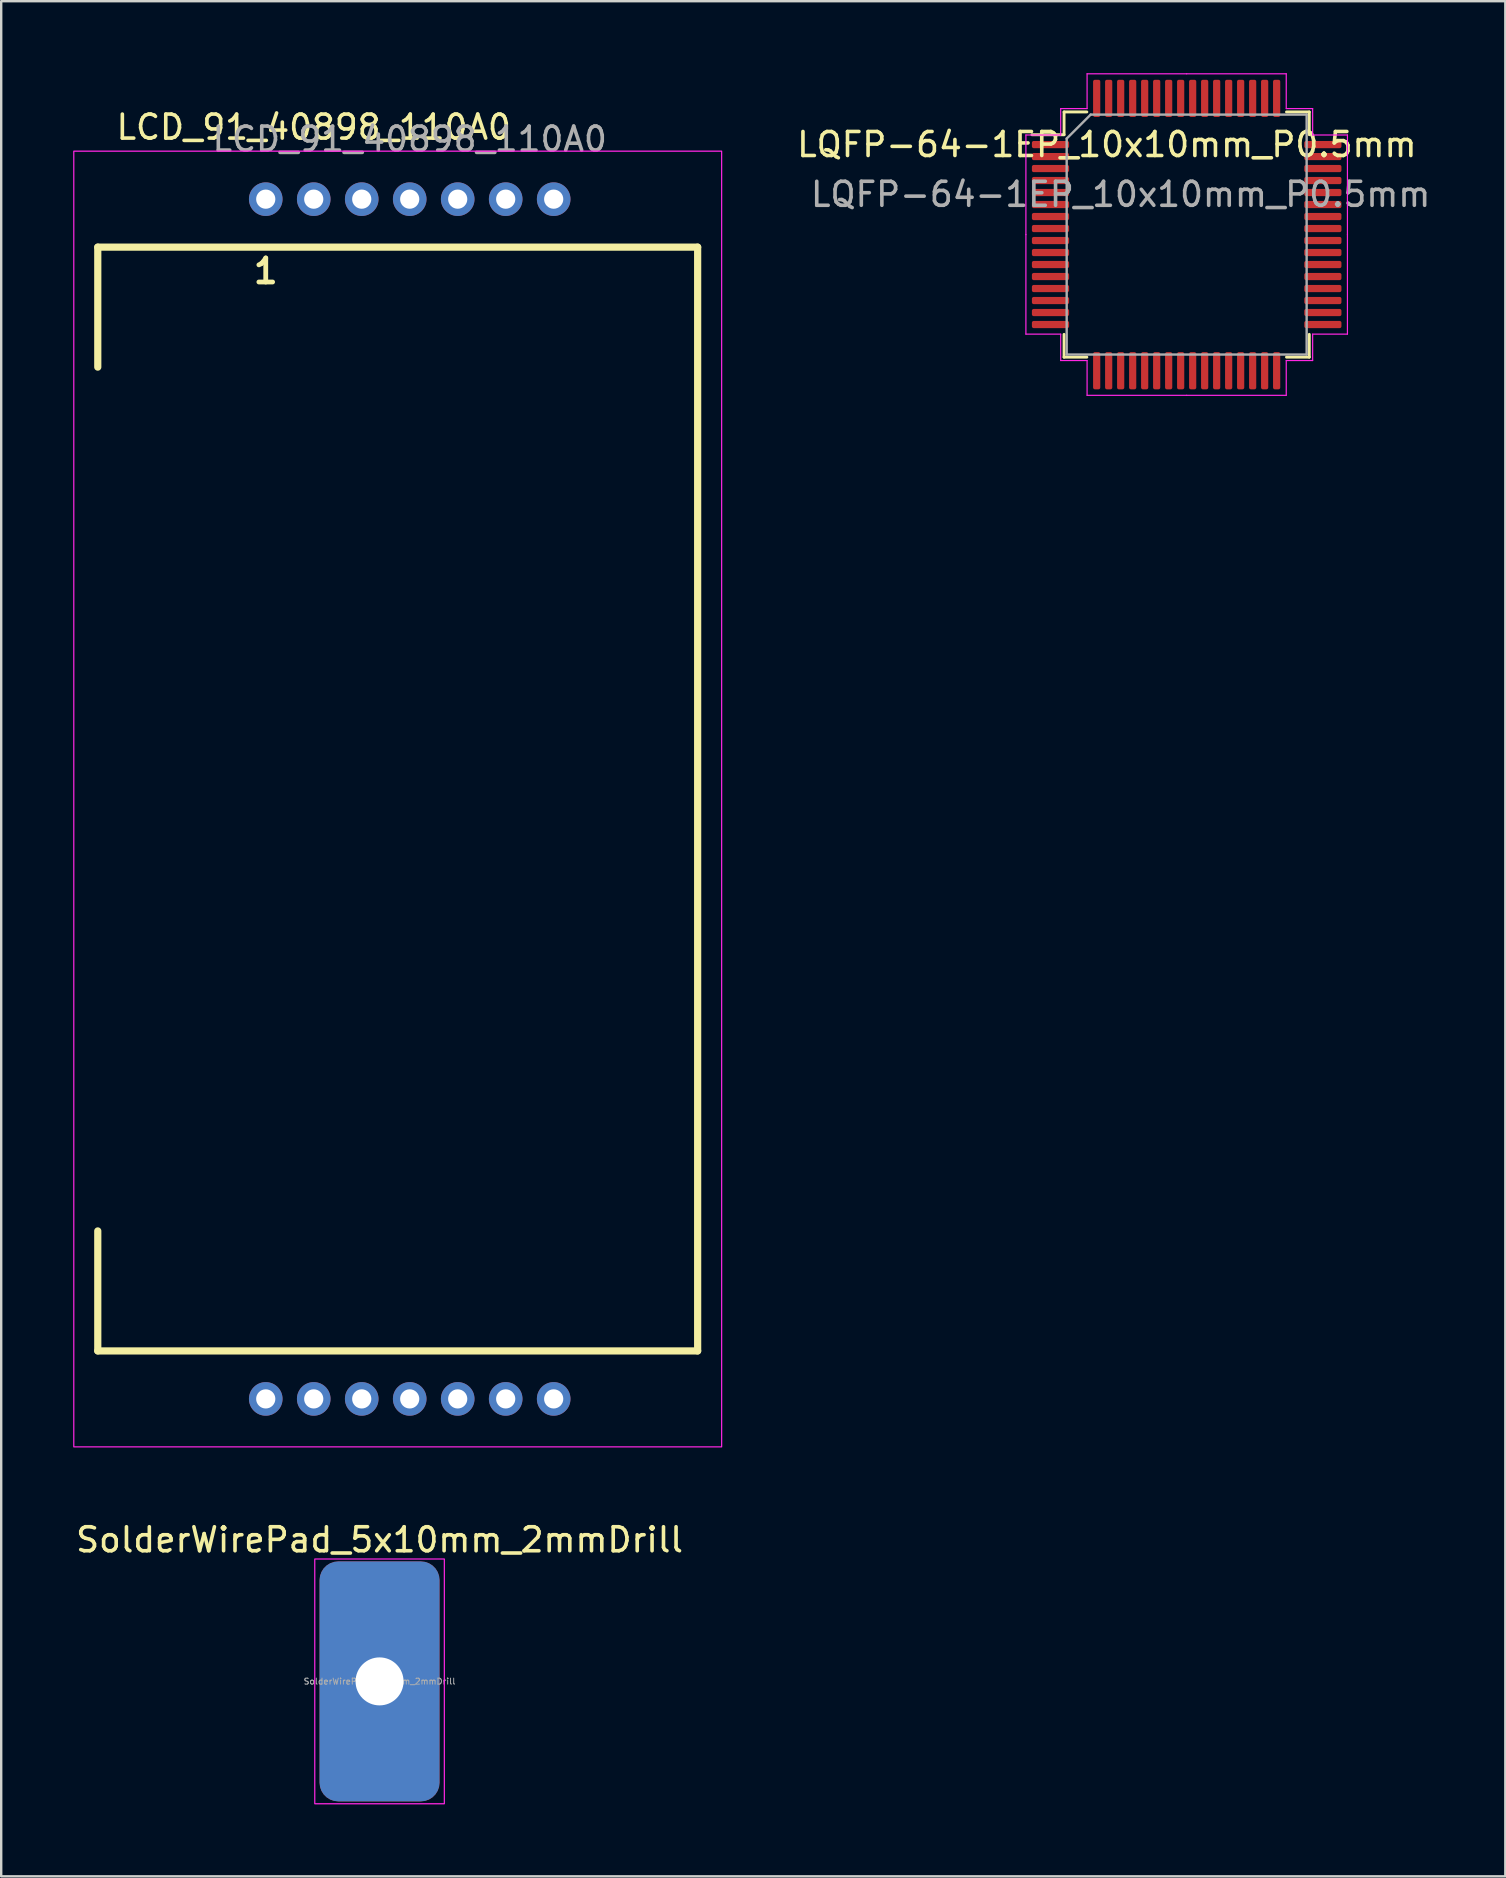
<source format=kicad_pcb>
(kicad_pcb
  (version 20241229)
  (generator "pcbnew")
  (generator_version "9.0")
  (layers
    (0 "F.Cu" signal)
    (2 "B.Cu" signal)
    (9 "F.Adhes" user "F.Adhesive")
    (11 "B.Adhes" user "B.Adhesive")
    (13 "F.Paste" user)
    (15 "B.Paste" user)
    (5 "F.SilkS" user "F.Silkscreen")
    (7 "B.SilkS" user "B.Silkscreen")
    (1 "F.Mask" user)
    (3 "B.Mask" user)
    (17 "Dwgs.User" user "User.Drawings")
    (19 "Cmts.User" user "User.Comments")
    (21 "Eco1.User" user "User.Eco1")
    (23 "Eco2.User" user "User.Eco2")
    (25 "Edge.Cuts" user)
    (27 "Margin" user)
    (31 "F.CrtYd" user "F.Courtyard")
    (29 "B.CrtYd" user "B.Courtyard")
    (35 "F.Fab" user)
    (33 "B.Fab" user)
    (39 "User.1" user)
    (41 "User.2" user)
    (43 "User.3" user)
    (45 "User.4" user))
  (footprint "SolderWirePad_5x10mm_2mmDrill"
    (layer "F.Cu")
    (at 12.768 67.023)
    (property "Reference" "SolderWirePad_5x10mm_2mmDrill" (at 0 -5.9 0) (layer "F.SilkS") (effects (font (size 1 1) (thickness 0.15))))
    (attr exclude_from_pos_files)
    (fp_rect (start -2.7 -5.1) (end 2.7 5.1) (stroke (width 0.05) (type solid)) (fill no) (layer "F.CrtYd"))
    (fp_circle (center 0 0) (end 0.5 0) (stroke (width 0.1) (type solid)) (fill no) (layer "F.Fab"))
    (fp_text user "${REFERENCE}" (at 0 0 0) (layer "F.Fab") (effects (font (size 0.25 0.25) (thickness 0.04))))
    (pad "1" thru_hole roundrect (at 0 0) (size 5 10) (drill 2) (layers "*.Cu" "*.Mask") (roundrect_rratio 0.156)))
  (footprint "LCD_91_40898_110A0"
    (layer "F.Cu")
    (at 14.025 0.25)
    (property "Reference" "LCD_91_40898_110A0" (at -4 2 0) (unlocked yes) (layer "F.SilkS") (effects (font (size 1 1) (thickness 0.15))))
    (attr through_hole)
    (fp_line (start -13 7) (end -13 12) (stroke (width 0.3) (type solid)) (layer "F.SilkS"))
    (fp_line (start -13 7) (end 12 7) (stroke (width 0.3) (type solid)) (layer "F.SilkS"))
    (fp_line (start -13 53) (end -13 48) (stroke (width 0.3) (type solid)) (layer "F.SilkS"))
    (fp_line (start 12 7) (end 12 53) (stroke (width 0.3) (type solid)) (layer "F.SilkS"))
    (fp_line (start 12 53) (end -13 53) (stroke (width 0.3) (type solid)) (layer "F.SilkS"))
    (fp_rect (start -14 3) (end 13 57) (stroke (width 0.05) (type solid)) (fill no) (layer "F.CrtYd"))
    (fp_text user "1" (at -6 8 0) (unlocked yes) (layer "F.SilkS") (effects (font (size 1 1) (thickness 0.2))))
    (fp_text user "${REFERENCE}" (at 0 2.5 0) (unlocked yes) (layer "F.Fab") (effects (font (size 1 1) (thickness 0.15))))
    (pad "1" thru_hole circle (at -6 5) (size 1.4 1.4) (drill 0.8) (layers "*.Cu" "*.Mask"))
    (pad "2" thru_hole circle (at -4 5) (size 1.4 1.4) (drill 0.8) (layers "*.Cu" "*.Mask"))
    (pad "3" thru_hole circle (at -2 5) (size 1.4 1.4) (drill 0.8) (layers "*.Cu" "*.Mask"))
    (pad "4" thru_hole circle (at 0 5) (size 1.4 1.4) (drill 0.8) (layers "*.Cu" "*.Mask"))
    (pad "5" thru_hole circle (at 2 5) (size 1.4 1.4) (drill 0.8) (layers "*.Cu" "*.Mask"))
    (pad "6" thru_hole circle (at 4 5) (size 1.4 1.4) (drill 0.8) (layers "*.Cu" "*.Mask"))
    (pad "7" thru_hole circle (at 6 5) (size 1.4 1.4) (drill 0.8) (layers "*.Cu" "*.Mask"))
    (pad "8" thru_hole circle (at 6 55) (size 1.4 1.4) (drill 0.8) (layers "*.Cu" "*.Mask"))
    (pad "9" thru_hole circle (at 4 55) (size 1.4 1.4) (drill 0.8) (layers "*.Cu" "*.Mask"))
    (pad "10" thru_hole circle (at 2 55) (size 1.4 1.4) (drill 0.8) (layers "*.Cu" "*.Mask"))
    (pad "11" thru_hole circle (at 0 55) (size 1.4 1.4) (drill 0.8) (layers "*.Cu" "*.Mask"))
    (pad "12" thru_hole circle (at -2 55) (size 1.4 1.4) (drill 0.8) (layers "*.Cu" "*.Mask"))
    (pad "13" thru_hole circle (at -4 55) (size 1.4 1.4) (drill 0.8) (layers "*.Cu" "*.Mask"))
    (pad "14" thru_hole circle (at -6 55) (size 1.4 1.4) (drill 0.8) (layers "*.Cu" "*.Mask")))
  (footprint "LQFP-64-1EP_10x10mm_P0.5mm"
    (layer "F.Cu")
    (at 46.405 6.725)
    (property "Reference" "LQFP-64-1EP_10x10mm_P0.5mm" (at -3.325 -3.75 0) (layer "F.SilkS") (effects (font (size 1 1) (thickness 0.15))))
    (attr smd)
    (fp_line (start -5.11 -5.11) (end -5.11 -4.16) (stroke (width 0.12) (type solid)) (layer "F.SilkS"))
    (fp_line (start -5.11 -4.16) (end -6.45 -4.16) (stroke (width 0.12) (type solid)) (layer "F.SilkS"))
    (fp_line (start -5.11 5.11) (end -5.11 4.16) (stroke (width 0.12) (type solid)) (layer "F.SilkS"))
    (fp_line (start -4.16 -5.11) (end -5.11 -5.11) (stroke (width 0.12) (type solid)) (layer "F.SilkS"))
    (fp_line (start -4.16 5.11) (end -5.11 5.11) (stroke (width 0.12) (type solid)) (layer "F.SilkS"))
    (fp_line (start 4.16 -5.11) (end 5.11 -5.11) (stroke (width 0.12) (type solid)) (layer "F.SilkS"))
    (fp_line (start 4.16 5.11) (end 5.11 5.11) (stroke (width 0.12) (type solid)) (layer "F.SilkS"))
    (fp_line (start 5.11 -5.11) (end 5.11 -4.16) (stroke (width 0.12) (type solid)) (layer "F.SilkS"))
    (fp_line (start 5.11 5.11) (end 5.11 4.16) (stroke (width 0.12) (type solid)) (layer "F.SilkS"))
    (fp_line (start -6.7 -4.15) (end -6.7 0) (stroke (width 0.05) (type solid)) (layer "F.CrtYd"))
    (fp_line (start -6.7 4.15) (end -6.7 0) (stroke (width 0.05) (type solid)) (layer "F.CrtYd"))
    (fp_line (start -5.25 -5.25) (end -5.25 -4.15) (stroke (width 0.05) (type solid)) (layer "F.CrtYd"))
    (fp_line (start -5.25 -4.15) (end -6.7 -4.15) (stroke (width 0.05) (type solid)) (layer "F.CrtYd"))
    (fp_line (start -5.25 4.15) (end -6.7 4.15) (stroke (width 0.05) (type solid)) (layer "F.CrtYd"))
    (fp_line (start -5.25 5.25) (end -5.25 4.15) (stroke (width 0.05) (type solid)) (layer "F.CrtYd"))
    (fp_line (start -4.15 -6.7) (end -4.15 -5.25) (stroke (width 0.05) (type solid)) (layer "F.CrtYd"))
    (fp_line (start -4.15 -5.25) (end -5.25 -5.25) (stroke (width 0.05) (type solid)) (layer "F.CrtYd"))
    (fp_line (start -4.15 5.25) (end -5.25 5.25) (stroke (width 0.05) (type solid)) (layer "F.CrtYd"))
    (fp_line (start -4.15 6.7) (end -4.15 5.25) (stroke (width 0.05) (type solid)) (layer "F.CrtYd"))
    (fp_line (start 0 -6.7) (end -4.15 -6.7) (stroke (width 0.05) (type solid)) (layer "F.CrtYd"))
    (fp_line (start 0 -6.7) (end 4.15 -6.7) (stroke (width 0.05) (type solid)) (layer "F.CrtYd"))
    (fp_line (start 0 6.7) (end -4.15 6.7) (stroke (width 0.05) (type solid)) (layer "F.CrtYd"))
    (fp_line (start 0 6.7) (end 4.15 6.7) (stroke (width 0.05) (type solid)) (layer "F.CrtYd"))
    (fp_line (start 4.15 -6.7) (end 4.15 -5.25) (stroke (width 0.05) (type solid)) (layer "F.CrtYd"))
    (fp_line (start 4.15 -5.25) (end 5.25 -5.25) (stroke (width 0.05) (type solid)) (layer "F.CrtYd"))
    (fp_line (start 4.15 5.25) (end 5.25 5.25) (stroke (width 0.05) (type solid)) (layer "F.CrtYd"))
    (fp_line (start 4.15 6.7) (end 4.15 5.25) (stroke (width 0.05) (type solid)) (layer "F.CrtYd"))
    (fp_line (start 5.25 -5.25) (end 5.25 -4.15) (stroke (width 0.05) (type solid)) (layer "F.CrtYd"))
    (fp_line (start 5.25 -4.15) (end 6.7 -4.15) (stroke (width 0.05) (type solid)) (layer "F.CrtYd"))
    (fp_line (start 5.25 4.15) (end 6.7 4.15) (stroke (width 0.05) (type solid)) (layer "F.CrtYd"))
    (fp_line (start 5.25 5.25) (end 5.25 4.15) (stroke (width 0.05) (type solid)) (layer "F.CrtYd"))
    (fp_line (start 6.7 -4.15) (end 6.7 0) (stroke (width 0.05) (type solid)) (layer "F.CrtYd"))
    (fp_line (start 6.7 4.15) (end 6.7 0) (stroke (width 0.05) (type solid)) (layer "F.CrtYd"))
    (fp_line (start -5 -4) (end -4 -5) (stroke (width 0.1) (type solid)) (layer "F.Fab"))
    (fp_line (start -5 5) (end -5 -4) (stroke (width 0.1) (type solid)) (layer "F.Fab"))
    (fp_line (start -4 -5) (end 5 -5) (stroke (width 0.1) (type solid)) (layer "F.Fab"))
    (fp_line (start 5 -5) (end 5 5) (stroke (width 0.1) (type solid)) (layer "F.Fab"))
    (fp_line (start 5 5) (end -5 5) (stroke (width 0.1) (type solid)) (layer "F.Fab"))
    (fp_text user "${REFERENCE}" (at -2.75 -1.675 0) (layer "F.Fab") (effects (font (size 1 1) (thickness 0.15))))
    (pad "1" smd roundrect (at -5.675 -3.75 180) (size 1.55 0.3) (layers "F.Cu" "F.Mask" "F.Paste") (roundrect_rratio 0.25))
    (pad "2" smd roundrect (at -5.675 -3.25 180) (size 1.55 0.3) (layers "F.Cu" "F.Mask" "F.Paste") (roundrect_rratio 0.25))
    (pad "3" smd roundrect (at -5.675 -2.75 180) (size 1.55 0.3) (layers "F.Cu" "F.Mask" "F.Paste") (roundrect_rratio 0.25))
    (pad "4" smd roundrect (at -5.675 -2.25 180) (size 1.55 0.3) (layers "F.Cu" "F.Mask" "F.Paste") (roundrect_rratio 0.25))
    (pad "5" smd roundrect (at -5.675 -1.75 180) (size 1.55 0.3) (layers "F.Cu" "F.Mask" "F.Paste") (roundrect_rratio 0.25))
    (pad "6" smd roundrect (at -5.675 -1.25 180) (size 1.55 0.3) (layers "F.Cu" "F.Mask" "F.Paste") (roundrect_rratio 0.25))
    (pad "7" smd roundrect (at -5.675 -0.75 180) (size 1.55 0.3) (layers "F.Cu" "F.Mask" "F.Paste") (roundrect_rratio 0.25))
    (pad "8" smd roundrect (at -5.675 -0.25 180) (size 1.55 0.3) (layers "F.Cu" "F.Mask" "F.Paste") (roundrect_rratio 0.25))
    (pad "9" smd roundrect (at -5.675 0.25 180) (size 1.55 0.3) (layers "F.Cu" "F.Mask" "F.Paste") (roundrect_rratio 0.25))
    (pad "10" smd roundrect (at -5.675 0.75 180) (size 1.55 0.3) (layers "F.Cu" "F.Mask" "F.Paste") (roundrect_rratio 0.25))
    (pad "11" smd roundrect (at -5.675 1.25 180) (size 1.55 0.3) (layers "F.Cu" "F.Mask" "F.Paste") (roundrect_rratio 0.25))
    (pad "12" smd roundrect (at -5.675 1.75 180) (size 1.55 0.3) (layers "F.Cu" "F.Mask" "F.Paste") (roundrect_rratio 0.25))
    (pad "13" smd roundrect (at -5.675 2.25 180) (size 1.55 0.3) (layers "F.Cu" "F.Mask" "F.Paste") (roundrect_rratio 0.25))
    (pad "14" smd roundrect (at -5.675 2.75 180) (size 1.55 0.3) (layers "F.Cu" "F.Mask" "F.Paste") (roundrect_rratio 0.25))
    (pad "15" smd roundrect (at -5.675 3.25 180) (size 1.55 0.3) (layers "F.Cu" "F.Mask" "F.Paste") (roundrect_rratio 0.25))
    (pad "16" smd roundrect (at -5.675 3.75 180) (size 1.55 0.3) (layers "F.Cu" "F.Mask" "F.Paste") (roundrect_rratio 0.25))
    (pad "17" smd roundrect (at -3.75 5.675 180) (size 0.3 1.55) (layers "F.Cu" "F.Mask" "F.Paste") (roundrect_rratio 0.25))
    (pad "18" smd roundrect (at -3.25 5.675 180) (size 0.3 1.55) (layers "F.Cu" "F.Mask" "F.Paste") (roundrect_rratio 0.25))
    (pad "19" smd roundrect (at -2.75 5.675 180) (size 0.3 1.55) (layers "F.Cu" "F.Mask" "F.Paste") (roundrect_rratio 0.25))
    (pad "20" smd roundrect (at -2.25 5.675 180) (size 0.3 1.55) (layers "F.Cu" "F.Mask" "F.Paste") (roundrect_rratio 0.25))
    (pad "21" smd roundrect (at -1.75 5.675 180) (size 0.3 1.55) (layers "F.Cu" "F.Mask" "F.Paste") (roundrect_rratio 0.25))
    (pad "22" smd roundrect (at -1.25 5.675 180) (size 0.3 1.55) (layers "F.Cu" "F.Mask" "F.Paste") (roundrect_rratio 0.25))
    (pad "23" smd roundrect (at -0.75 5.675 180) (size 0.3 1.55) (layers "F.Cu" "F.Mask" "F.Paste") (roundrect_rratio 0.25))
    (pad "24" smd roundrect (at -0.25 5.675 180) (size 0.3 1.55) (layers "F.Cu" "F.Mask" "F.Paste") (roundrect_rratio 0.25))
    (pad "25" smd roundrect (at 0.25 5.675 180) (size 0.3 1.55) (layers "F.Cu" "F.Mask" "F.Paste") (roundrect_rratio 0.25))
    (pad "26" smd roundrect (at 0.75 5.675 180) (size 0.3 1.55) (layers "F.Cu" "F.Mask" "F.Paste") (roundrect_rratio 0.25))
    (pad "27" smd roundrect (at 1.25 5.675 180) (size 0.3 1.55) (layers "F.Cu" "F.Mask" "F.Paste") (roundrect_rratio 0.25))
    (pad "28" smd roundrect (at 1.75 5.675 180) (size 0.3 1.55) (layers "F.Cu" "F.Mask" "F.Paste") (roundrect_rratio 0.25))
    (pad "29" smd roundrect (at 2.25 5.675 180) (size 0.3 1.55) (layers "F.Cu" "F.Mask" "F.Paste") (roundrect_rratio 0.25))
    (pad "30" smd roundrect (at 2.75 5.675 180) (size 0.3 1.55) (layers "F.Cu" "F.Mask" "F.Paste") (roundrect_rratio 0.25))
    (pad "31" smd roundrect (at 3.25 5.675 180) (size 0.3 1.55) (layers "F.Cu" "F.Mask" "F.Paste") (roundrect_rratio 0.25))
    (pad "32" smd roundrect (at 3.75 5.675 180) (size 0.3 1.55) (layers "F.Cu" "F.Mask" "F.Paste") (roundrect_rratio 0.25))
    (pad "33" smd roundrect (at 5.675 3.75 180) (size 1.55 0.3) (layers "F.Cu" "F.Mask" "F.Paste") (roundrect_rratio 0.25))
    (pad "34" smd roundrect (at 5.675 3.25 180) (size 1.55 0.3) (layers "F.Cu" "F.Mask" "F.Paste") (roundrect_rratio 0.25))
    (pad "35" smd roundrect (at 5.675 2.75 180) (size 1.55 0.3) (layers "F.Cu" "F.Mask" "F.Paste") (roundrect_rratio 0.25))
    (pad "36" smd roundrect (at 5.675 2.25 180) (size 1.55 0.3) (layers "F.Cu" "F.Mask" "F.Paste") (roundrect_rratio 0.25))
    (pad "37" smd roundrect (at 5.675 1.75 180) (size 1.55 0.3) (layers "F.Cu" "F.Mask" "F.Paste") (roundrect_rratio 0.25))
    (pad "38" smd roundrect (at 5.675 1.25 180) (size 1.55 0.3) (layers "F.Cu" "F.Mask" "F.Paste") (roundrect_rratio 0.25))
    (pad "39" smd roundrect (at 5.675 0.75 180) (size 1.55 0.3) (layers "F.Cu" "F.Mask" "F.Paste") (roundrect_rratio 0.25))
    (pad "40" smd roundrect (at 5.675 0.25 180) (size 1.55 0.3) (layers "F.Cu" "F.Mask" "F.Paste") (roundrect_rratio 0.25))
    (pad "41" smd roundrect (at 5.675 -0.25 180) (size 1.55 0.3) (layers "F.Cu" "F.Mask" "F.Paste") (roundrect_rratio 0.25))
    (pad "42" smd roundrect (at 5.675 -0.75 180) (size 1.55 0.3) (layers "F.Cu" "F.Mask" "F.Paste") (roundrect_rratio 0.25))
    (pad "43" smd roundrect (at 5.675 -1.25 180) (size 1.55 0.3) (layers "F.Cu" "F.Mask" "F.Paste") (roundrect_rratio 0.25))
    (pad "44" smd roundrect (at 5.675 -1.75 180) (size 1.55 0.3) (layers "F.Cu" "F.Mask" "F.Paste") (roundrect_rratio 0.25))
    (pad "45" smd roundrect (at 5.675 -2.25 180) (size 1.55 0.3) (layers "F.Cu" "F.Mask" "F.Paste") (roundrect_rratio 0.25))
    (pad "46" smd roundrect (at 5.675 -2.75 180) (size 1.55 0.3) (layers "F.Cu" "F.Mask" "F.Paste") (roundrect_rratio 0.25))
    (pad "47" smd roundrect (at 5.675 -3.25 180) (size 1.55 0.3) (layers "F.Cu" "F.Mask" "F.Paste") (roundrect_rratio 0.25))
    (pad "48" smd roundrect (at 5.675 -3.75 180) (size 1.55 0.3) (layers "F.Cu" "F.Mask" "F.Paste") (roundrect_rratio 0.25))
    (pad "49" smd roundrect (at 3.75 -5.675 180) (size 0.3 1.55) (layers "F.Cu" "F.Mask" "F.Paste") (roundrect_rratio 0.25))
    (pad "50" smd roundrect (at 3.25 -5.675 180) (size 0.3 1.55) (layers "F.Cu" "F.Mask" "F.Paste") (roundrect_rratio 0.25))
    (pad "51" smd roundrect (at 2.75 -5.675 180) (size 0.3 1.55) (layers "F.Cu" "F.Mask" "F.Paste") (roundrect_rratio 0.25))
    (pad "52" smd roundrect (at 2.25 -5.675 180) (size 0.3 1.55) (layers "F.Cu" "F.Mask" "F.Paste") (roundrect_rratio 0.25))
    (pad "53" smd roundrect (at 1.75 -5.675 180) (size 0.3 1.55) (layers "F.Cu" "F.Mask" "F.Paste") (roundrect_rratio 0.25))
    (pad "54" smd roundrect (at 1.25 -5.675 180) (size 0.3 1.55) (layers "F.Cu" "F.Mask" "F.Paste") (roundrect_rratio 0.25))
    (pad "55" smd roundrect (at 0.75 -5.675 180) (size 0.3 1.55) (layers "F.Cu" "F.Mask" "F.Paste") (roundrect_rratio 0.25))
    (pad "56" smd roundrect (at 0.25 -5.675 180) (size 0.3 1.55) (layers "F.Cu" "F.Mask" "F.Paste") (roundrect_rratio 0.25))
    (pad "57" smd roundrect (at -0.25 -5.675 180) (size 0.3 1.55) (layers "F.Cu" "F.Mask" "F.Paste") (roundrect_rratio 0.25))
    (pad "58" smd roundrect (at -0.75 -5.675 180) (size 0.3 1.55) (layers "F.Cu" "F.Mask" "F.Paste") (roundrect_rratio 0.25))
    (pad "59" smd roundrect (at -1.25 -5.675 180) (size 0.3 1.55) (layers "F.Cu" "F.Mask" "F.Paste") (roundrect_rratio 0.25))
    (pad "60" smd roundrect (at -1.75 -5.675 180) (size 0.3 1.55) (layers "F.Cu" "F.Mask" "F.Paste") (roundrect_rratio 0.25))
    (pad "61" smd roundrect (at -2.25 -5.675 180) (size 0.3 1.55) (layers "F.Cu" "F.Mask" "F.Paste") (roundrect_rratio 0.25))
    (pad "62" smd roundrect (at -2.75 -5.675 180) (size 0.3 1.55) (layers "F.Cu" "F.Mask" "F.Paste") (roundrect_rratio 0.25))
    (pad "63" smd roundrect (at -3.25 -5.675 180) (size 0.3 1.55) (layers "F.Cu" "F.Mask" "F.Paste") (roundrect_rratio 0.25))
    (pad "64" smd roundrect (at -3.75 -5.675 180) (size 0.3 1.55) (layers "F.Cu" "F.Mask" "F.Paste") (roundrect_rratio 0.25)))
  (gr_rect
    (start -3 -3)
    (end 59.685 75.148)
    (stroke (width 0.1) (type default))
    (fill no)
    (layer "Edge.Cuts")))
</source>
